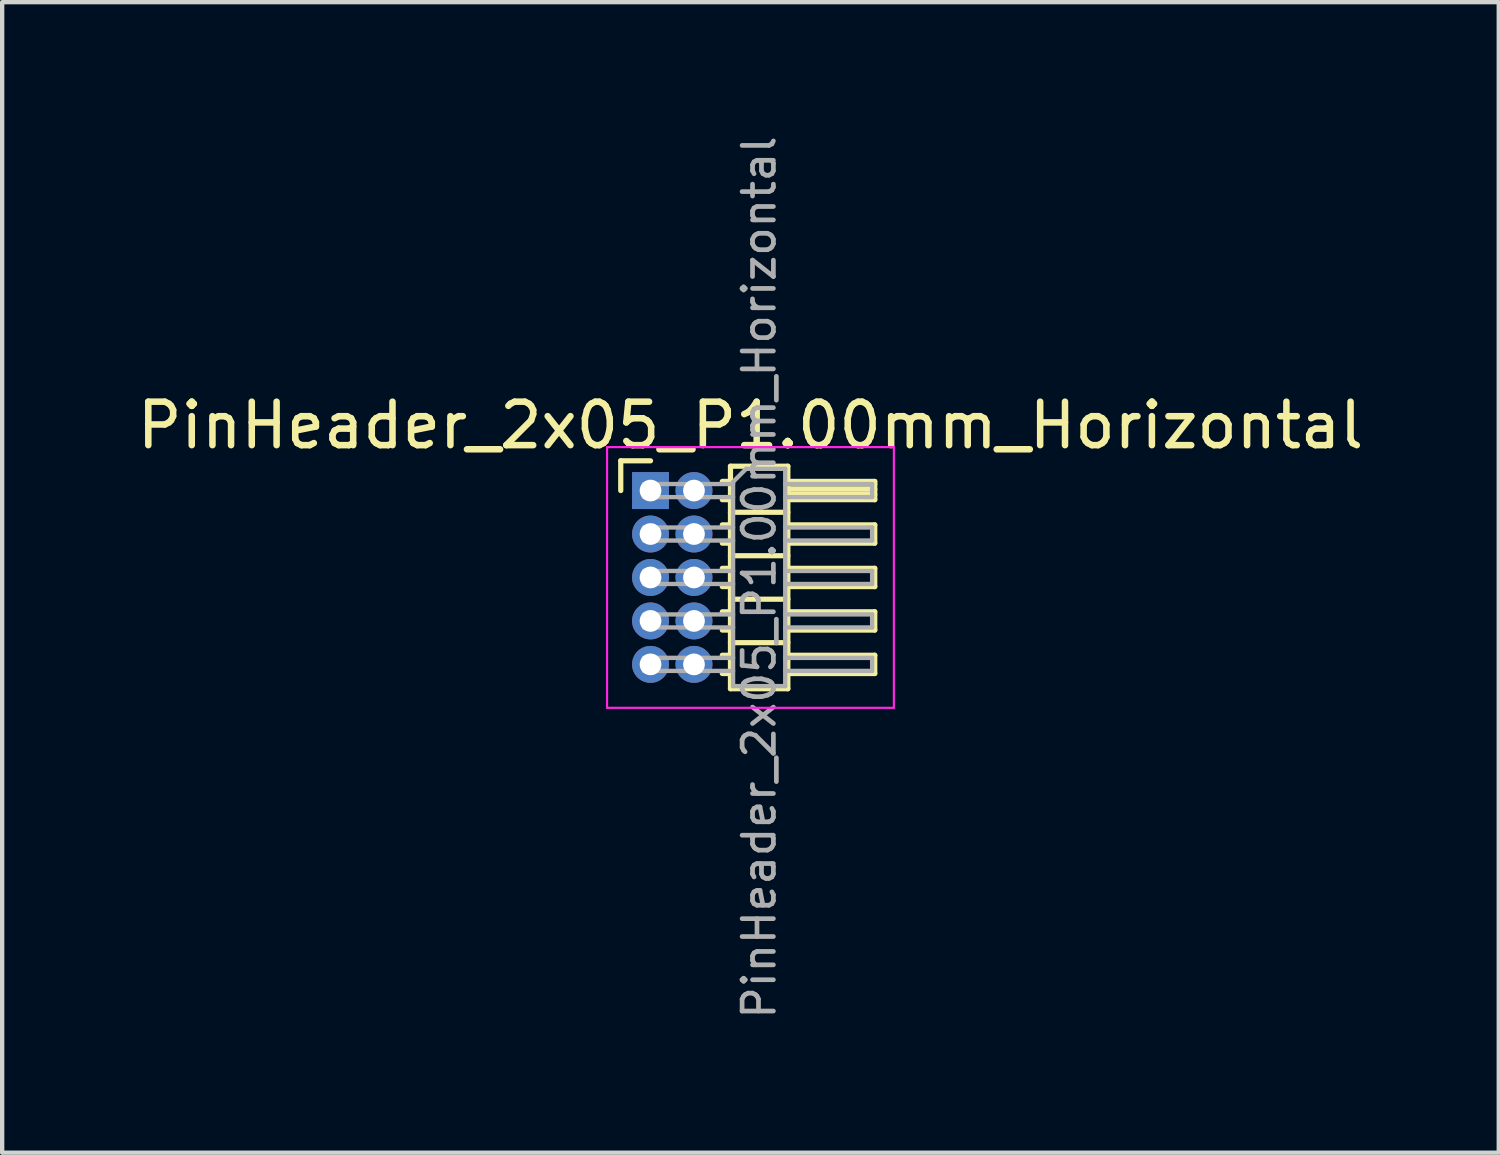
<source format=kicad_pcb>
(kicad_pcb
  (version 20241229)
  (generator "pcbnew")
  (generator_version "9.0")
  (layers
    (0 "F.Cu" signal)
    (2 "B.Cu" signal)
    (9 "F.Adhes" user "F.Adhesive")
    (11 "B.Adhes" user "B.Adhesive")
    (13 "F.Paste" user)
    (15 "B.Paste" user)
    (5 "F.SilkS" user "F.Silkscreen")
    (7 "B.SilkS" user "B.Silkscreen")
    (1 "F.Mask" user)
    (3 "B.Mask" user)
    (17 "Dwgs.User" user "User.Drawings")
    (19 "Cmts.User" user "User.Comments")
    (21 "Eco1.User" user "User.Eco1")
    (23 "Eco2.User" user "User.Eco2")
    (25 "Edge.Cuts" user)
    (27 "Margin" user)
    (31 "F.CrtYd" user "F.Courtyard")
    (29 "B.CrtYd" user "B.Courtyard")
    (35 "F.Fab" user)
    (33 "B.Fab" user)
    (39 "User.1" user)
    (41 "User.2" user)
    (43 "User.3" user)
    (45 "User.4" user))
  (footprint "PinHeader_2x05_P1.00mm_Horizontal"
    (layer "F.Cu")
    (at 11.92 8.239)
    (property "Reference" "PinHeader_2x05_P1.00mm_Horizontal" (at 2.3 -1.5 0) (layer "F.SilkS") (effects (font (size 1 1) (thickness 0.15))))
    (attr through_hole)
    (fp_line (start -0.685 -0.685) (end 0 -0.685) (stroke (width 0.12) (type solid)) (layer "F.SilkS"))
    (fp_line (start -0.685 0) (end -0.685 -0.685) (stroke (width 0.12) (type solid)) (layer "F.SilkS"))
    (fp_line (start 1.652 -0.21) (end 1.84 -0.21) (stroke (width 0.12) (type solid)) (layer "F.SilkS"))
    (fp_line (start 1.652 0.21) (end 1.84 0.21) (stroke (width 0.12) (type solid)) (layer "F.SilkS"))
    (fp_line (start 1.652 0.79) (end 1.84 0.79) (stroke (width 0.12) (type solid)) (layer "F.SilkS"))
    (fp_line (start 1.652 1.21) (end 1.84 1.21) (stroke (width 0.12) (type solid)) (layer "F.SilkS"))
    (fp_line (start 1.652 1.79) (end 1.84 1.79) (stroke (width 0.12) (type solid)) (layer "F.SilkS"))
    (fp_line (start 1.652 2.21) (end 1.84 2.21) (stroke (width 0.12) (type solid)) (layer "F.SilkS"))
    (fp_line (start 1.652 2.79) (end 1.84 2.79) (stroke (width 0.12) (type solid)) (layer "F.SilkS"))
    (fp_line (start 1.652 3.21) (end 1.84 3.21) (stroke (width 0.12) (type solid)) (layer "F.SilkS"))
    (fp_line (start 1.652 3.79) (end 1.84 3.79) (stroke (width 0.12) (type solid)) (layer "F.SilkS"))
    (fp_line (start 1.652 4.21) (end 1.84 4.21) (stroke (width 0.12) (type solid)) (layer "F.SilkS"))
    (fp_line (start 1.84 -0.56) (end 1.84 4.56) (stroke (width 0.12) (type solid)) (layer "F.SilkS"))
    (fp_line (start 1.84 0.5) (end 3.16 0.5) (stroke (width 0.12) (type solid)) (layer "F.SilkS"))
    (fp_line (start 1.84 1.5) (end 3.16 1.5) (stroke (width 0.12) (type solid)) (layer "F.SilkS"))
    (fp_line (start 1.84 2.5) (end 3.16 2.5) (stroke (width 0.12) (type solid)) (layer "F.SilkS"))
    (fp_line (start 1.84 3.5) (end 3.16 3.5) (stroke (width 0.12) (type solid)) (layer "F.SilkS"))
    (fp_line (start 1.84 4.56) (end 3.16 4.56) (stroke (width 0.12) (type solid)) (layer "F.SilkS"))
    (fp_line (start 3.16 -0.56) (end 1.84 -0.56) (stroke (width 0.12) (type solid)) (layer "F.SilkS"))
    (fp_line (start 3.16 -0.21) (end 5.16 -0.21) (stroke (width 0.12) (type solid)) (layer "F.SilkS"))
    (fp_line (start 3.16 -0.15) (end 5.16 -0.15) (stroke (width 0.12) (type solid)) (layer "F.SilkS"))
    (fp_line (start 3.16 -0.03) (end 5.16 -0.03) (stroke (width 0.12) (type solid)) (layer "F.SilkS"))
    (fp_line (start 3.16 0.09) (end 5.16 0.09) (stroke (width 0.12) (type solid)) (layer "F.SilkS"))
    (fp_line (start 3.16 0.79) (end 5.16 0.79) (stroke (width 0.12) (type solid)) (layer "F.SilkS"))
    (fp_line (start 3.16 1.79) (end 5.16 1.79) (stroke (width 0.12) (type solid)) (layer "F.SilkS"))
    (fp_line (start 3.16 2.79) (end 5.16 2.79) (stroke (width 0.12) (type solid)) (layer "F.SilkS"))
    (fp_line (start 3.16 3.79) (end 5.16 3.79) (stroke (width 0.12) (type solid)) (layer "F.SilkS"))
    (fp_line (start 3.16 4.56) (end 3.16 -0.56) (stroke (width 0.12) (type solid)) (layer "F.SilkS"))
    (fp_line (start 5.16 -0.21) (end 5.16 0.21) (stroke (width 0.12) (type solid)) (layer "F.SilkS"))
    (fp_line (start 5.16 0.21) (end 3.16 0.21) (stroke (width 0.12) (type solid)) (layer "F.SilkS"))
    (fp_line (start 5.16 0.79) (end 5.16 1.21) (stroke (width 0.12) (type solid)) (layer "F.SilkS"))
    (fp_line (start 5.16 1.21) (end 3.16 1.21) (stroke (width 0.12) (type solid)) (layer "F.SilkS"))
    (fp_line (start 5.16 1.79) (end 5.16 2.21) (stroke (width 0.12) (type solid)) (layer "F.SilkS"))
    (fp_line (start 5.16 2.21) (end 3.16 2.21) (stroke (width 0.12) (type solid)) (layer "F.SilkS"))
    (fp_line (start 5.16 2.79) (end 5.16 3.21) (stroke (width 0.12) (type solid)) (layer "F.SilkS"))
    (fp_line (start 5.16 3.21) (end 3.16 3.21) (stroke (width 0.12) (type solid)) (layer "F.SilkS"))
    (fp_line (start 5.16 3.79) (end 5.16 4.21) (stroke (width 0.12) (type solid)) (layer "F.SilkS"))
    (fp_line (start 5.16 4.21) (end 3.16 4.21) (stroke (width 0.12) (type solid)) (layer "F.SilkS"))
    (fp_line (start -1 -1) (end -1 5) (stroke (width 0.05) (type solid)) (layer "F.CrtYd"))
    (fp_line (start -1 5) (end 5.6 5) (stroke (width 0.05) (type solid)) (layer "F.CrtYd"))
    (fp_line (start 5.6 -1) (end -1 -1) (stroke (width 0.05) (type solid)) (layer "F.CrtYd"))
    (fp_line (start 5.6 5) (end 5.6 -1) (stroke (width 0.05) (type solid)) (layer "F.CrtYd"))
    (fp_line (start -0.15 -0.15) (end -0.15 0.15) (stroke (width 0.1) (type solid)) (layer "F.Fab"))
    (fp_line (start -0.15 -0.15) (end 1.9 -0.15) (stroke (width 0.1) (type solid)) (layer "F.Fab"))
    (fp_line (start -0.15 0.15) (end 1.9 0.15) (stroke (width 0.1) (type solid)) (layer "F.Fab"))
    (fp_line (start -0.15 0.85) (end -0.15 1.15) (stroke (width 0.1) (type solid)) (layer "F.Fab"))
    (fp_line (start -0.15 0.85) (end 1.9 0.85) (stroke (width 0.1) (type solid)) (layer "F.Fab"))
    (fp_line (start -0.15 1.15) (end 1.9 1.15) (stroke (width 0.1) (type solid)) (layer "F.Fab"))
    (fp_line (start -0.15 1.85) (end -0.15 2.15) (stroke (width 0.1) (type solid)) (layer "F.Fab"))
    (fp_line (start -0.15 1.85) (end 1.9 1.85) (stroke (width 0.1) (type solid)) (layer "F.Fab"))
    (fp_line (start -0.15 2.15) (end 1.9 2.15) (stroke (width 0.1) (type solid)) (layer "F.Fab"))
    (fp_line (start -0.15 2.85) (end -0.15 3.15) (stroke (width 0.1) (type solid)) (layer "F.Fab"))
    (fp_line (start -0.15 2.85) (end 1.9 2.85) (stroke (width 0.1) (type solid)) (layer "F.Fab"))
    (fp_line (start -0.15 3.15) (end 1.9 3.15) (stroke (width 0.1) (type solid)) (layer "F.Fab"))
    (fp_line (start -0.15 3.85) (end -0.15 4.15) (stroke (width 0.1) (type solid)) (layer "F.Fab"))
    (fp_line (start -0.15 3.85) (end 1.9 3.85) (stroke (width 0.1) (type solid)) (layer "F.Fab"))
    (fp_line (start -0.15 4.15) (end 1.9 4.15) (stroke (width 0.1) (type solid)) (layer "F.Fab"))
    (fp_line (start 1.9 -0.2) (end 2.2 -0.5) (stroke (width 0.1) (type solid)) (layer "F.Fab"))
    (fp_line (start 1.9 4.5) (end 1.9 -0.2) (stroke (width 0.1) (type solid)) (layer "F.Fab"))
    (fp_line (start 2.2 -0.5) (end 3.1 -0.5) (stroke (width 0.1) (type solid)) (layer "F.Fab"))
    (fp_line (start 3.1 -0.5) (end 3.1 4.5) (stroke (width 0.1) (type solid)) (layer "F.Fab"))
    (fp_line (start 3.1 -0.15) (end 5.1 -0.15) (stroke (width 0.1) (type solid)) (layer "F.Fab"))
    (fp_line (start 3.1 0.15) (end 5.1 0.15) (stroke (width 0.1) (type solid)) (layer "F.Fab"))
    (fp_line (start 3.1 0.85) (end 5.1 0.85) (stroke (width 0.1) (type solid)) (layer "F.Fab"))
    (fp_line (start 3.1 1.15) (end 5.1 1.15) (stroke (width 0.1) (type solid)) (layer "F.Fab"))
    (fp_line (start 3.1 1.85) (end 5.1 1.85) (stroke (width 0.1) (type solid)) (layer "F.Fab"))
    (fp_line (start 3.1 2.15) (end 5.1 2.15) (stroke (width 0.1) (type solid)) (layer "F.Fab"))
    (fp_line (start 3.1 2.85) (end 5.1 2.85) (stroke (width 0.1) (type solid)) (layer "F.Fab"))
    (fp_line (start 3.1 3.15) (end 5.1 3.15) (stroke (width 0.1) (type solid)) (layer "F.Fab"))
    (fp_line (start 3.1 3.85) (end 5.1 3.85) (stroke (width 0.1) (type solid)) (layer "F.Fab"))
    (fp_line (start 3.1 4.15) (end 5.1 4.15) (stroke (width 0.1) (type solid)) (layer "F.Fab"))
    (fp_line (start 3.1 4.5) (end 1.9 4.5) (stroke (width 0.1) (type solid)) (layer "F.Fab"))
    (fp_line (start 5.1 -0.15) (end 5.1 0.15) (stroke (width 0.1) (type solid)) (layer "F.Fab"))
    (fp_line (start 5.1 0.85) (end 5.1 1.15) (stroke (width 0.1) (type solid)) (layer "F.Fab"))
    (fp_line (start 5.1 1.85) (end 5.1 2.15) (stroke (width 0.1) (type solid)) (layer "F.Fab"))
    (fp_line (start 5.1 2.85) (end 5.1 3.15) (stroke (width 0.1) (type solid)) (layer "F.Fab"))
    (fp_line (start 5.1 3.85) (end 5.1 4.15) (stroke (width 0.1) (type solid)) (layer "F.Fab"))
    (fp_text user "${REFERENCE}" (at 2.5 2 90) (layer "F.Fab") (effects (font (size 0.72 0.72) (thickness 0.108))))
    (pad "1" thru_hole rect (at 0 0) (size 0.85 0.85) (drill 0.5) (layers "*.Cu" "*.Mask"))
    (pad "2" thru_hole oval (at 1 0) (size 0.85 0.85) (drill 0.5) (layers "*.Cu" "*.Mask"))
    (pad "3" thru_hole oval (at 0 1) (size 0.85 0.85) (drill 0.5) (layers "*.Cu" "*.Mask"))
    (pad "4" thru_hole oval (at 1 1) (size 0.85 0.85) (drill 0.5) (layers "*.Cu" "*.Mask"))
    (pad "5" thru_hole oval (at 0 2) (size 0.85 0.85) (drill 0.5) (layers "*.Cu" "*.Mask"))
    (pad "6" thru_hole oval (at 1 2) (size 0.85 0.85) (drill 0.5) (layers "*.Cu" "*.Mask"))
    (pad "7" thru_hole oval (at 0 3) (size 0.85 0.85) (drill 0.5) (layers "*.Cu" "*.Mask"))
    (pad "8" thru_hole oval (at 1 3) (size 0.85 0.85) (drill 0.5) (layers "*.Cu" "*.Mask"))
    (pad "9" thru_hole oval (at 0 4) (size 0.85 0.85) (drill 0.5) (layers "*.Cu" "*.Mask"))
    (pad "10" thru_hole oval (at 1 4) (size 0.85 0.85) (drill 0.5) (layers "*.Cu" "*.Mask")))
  (gr_rect
    (start -3 -3)
    (end 31.44 23.477)
    (stroke (width 0.1) (type default))
    (fill no)
    (layer "Edge.Cuts")))
</source>
